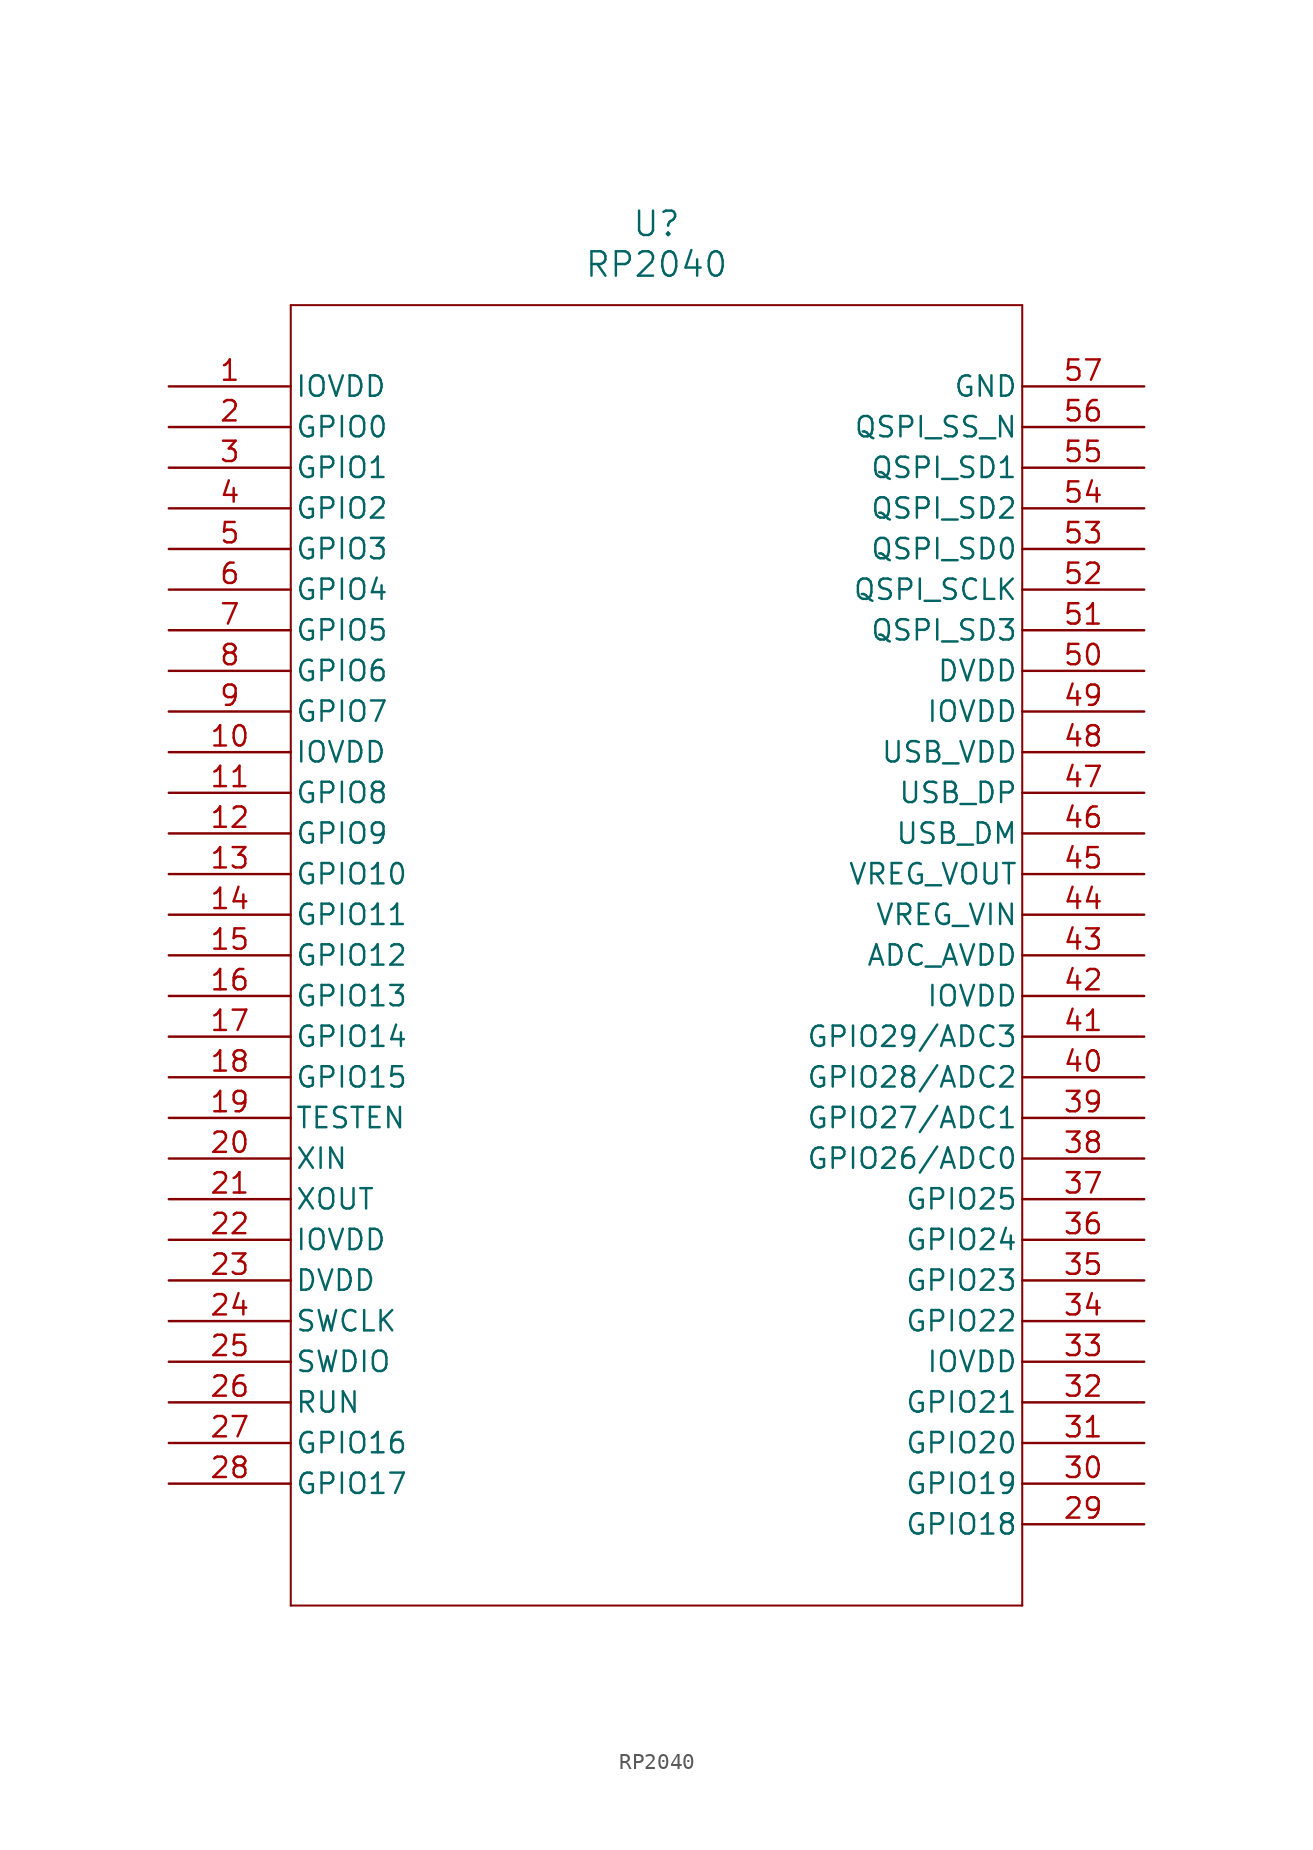
<source format=kicad_sym>
(kicad_symbol_lib
  (version 20211014)
  (generator kicad_symbol_editor)
  (symbol "RP2040"
    (pin_names
      (offset 0.254))
    (property "Reference" "U"
      (at 30.48 10.16 0)
      (effects (font (size 1.524 1.524))))
    (property "Value" "RP2040"
      (at 30.48 7.62 0)
      (effects (font (size 1.524 1.524))))
    (symbol "RP2040_0_1"
      (polyline (pts (xy 7.62 5.08) (xy 7.62 -76.2)) (stroke (width 0.127) (type default) (color 0 0 0 0)) (fill (type none)))
      (polyline (pts (xy 7.62 -76.2) (xy 53.34 -76.2)) (stroke (width 0.127) (type default) (color 0 0 0 0)) (fill (type none)))
      (polyline (pts (xy 53.34 -76.2) (xy 53.34 5.08)) (stroke (width 0.127) (type default) (color 0 0 0 0)) (fill (type none)))
      (polyline (pts (xy 53.34 5.08) (xy 7.62 5.08)) (stroke (width 0.127) (type default) (color 0 0 0 0)) (fill (type none)))
      (pin power_in line (at 0 0 0) (length 7.62) (name "IOVDD" (effects (font (size 1.27 1.27)))) (number "1" (effects (font (size 1.27 1.27)))))
      (pin bidirectional line (at 0 -2.54 0) (length 7.62) (name "GPIO0" (effects (font (size 1.27 1.27)))) (number "2" (effects (font (size 1.27 1.27)))))
      (pin bidirectional line (at 0 -5.08 0) (length 7.62) (name "GPIO1" (effects (font (size 1.27 1.27)))) (number "3" (effects (font (size 1.27 1.27)))))
      (pin bidirectional line (at 0 -7.62 0) (length 7.62) (name "GPIO2" (effects (font (size 1.27 1.27)))) (number "4" (effects (font (size 1.27 1.27)))))
      (pin bidirectional line (at 0 -10.16 0) (length 7.62) (name "GPIO3" (effects (font (size 1.27 1.27)))) (number "5" (effects (font (size 1.27 1.27)))))
      (pin bidirectional line (at 0 -12.7 0) (length 7.62) (name "GPIO4" (effects (font (size 1.27 1.27)))) (number "6" (effects (font (size 1.27 1.27)))))
      (pin bidirectional line (at 0 -15.24 0) (length 7.62) (name "GPIO5" (effects (font (size 1.27 1.27)))) (number "7" (effects (font (size 1.27 1.27)))))
      (pin bidirectional line (at 0 -17.78 0) (length 7.62) (name "GPIO6" (effects (font (size 1.27 1.27)))) (number "8" (effects (font (size 1.27 1.27)))))
      (pin bidirectional line (at 0 -20.32 0) (length 7.62) (name "GPIO7" (effects (font (size 1.27 1.27)))) (number "9" (effects (font (size 1.27 1.27)))))
      (pin power_in line (at 0 -22.86 0) (length 7.62) (name "IOVDD" (effects (font (size 1.27 1.27)))) (number "10" (effects (font (size 1.27 1.27)))))
      (pin bidirectional line (at 0 -25.4 0) (length 7.62) (name "GPIO8" (effects (font (size 1.27 1.27)))) (number "11" (effects (font (size 1.27 1.27)))))
      (pin bidirectional line (at 0 -27.94 0) (length 7.62) (name "GPIO9" (effects (font (size 1.27 1.27)))) (number "12" (effects (font (size 1.27 1.27)))))
      (pin bidirectional line (at 0 -30.48 0) (length 7.62) (name "GPIO10" (effects (font (size 1.27 1.27)))) (number "13" (effects (font (size 1.27 1.27)))))
      (pin bidirectional line (at 0 -33.02 0) (length 7.62) (name "GPIO11" (effects (font (size 1.27 1.27)))) (number "14" (effects (font (size 1.27 1.27)))))
      (pin bidirectional line (at 0 -35.56 0) (length 7.62) (name "GPIO12" (effects (font (size 1.27 1.27)))) (number "15" (effects (font (size 1.27 1.27)))))
      (pin bidirectional line (at 0 -38.1 0) (length 7.62) (name "GPIO13" (effects (font (size 1.27 1.27)))) (number "16" (effects (font (size 1.27 1.27)))))
      (pin bidirectional line (at 0 -40.64 0) (length 7.62) (name "GPIO14" (effects (font (size 1.27 1.27)))) (number "17" (effects (font (size 1.27 1.27)))))
      (pin bidirectional line (at 0 -43.18 0) (length 7.62) (name "GPIO15" (effects (font (size 1.27 1.27)))) (number "18" (effects (font (size 1.27 1.27)))))
      (pin unspecified line (at 0 -45.72 0) (length 7.62) (name "TESTEN" (effects (font (size 1.27 1.27)))) (number "19" (effects (font (size 1.27 1.27)))))
      (pin unspecified line (at 0 -48.26 0) (length 7.62) (name "XIN" (effects (font (size 1.27 1.27)))) (number "20" (effects (font (size 1.27 1.27)))))
      (pin output line (at 0 -50.8 0) (length 7.62) (name "XOUT" (effects (font (size 1.27 1.27)))) (number "21" (effects (font (size 1.27 1.27)))))
      (pin power_in line (at 0 -53.34 0) (length 7.62) (name "IOVDD" (effects (font (size 1.27 1.27)))) (number "22" (effects (font (size 1.27 1.27)))))
      (pin power_in line (at 0 -55.88 0) (length 7.62) (name "DVDD" (effects (font (size 1.27 1.27)))) (number "23" (effects (font (size 1.27 1.27)))))
      (pin unspecified line (at 0 -58.42 0) (length 7.62) (name "SWCLK" (effects (font (size 1.27 1.27)))) (number "24" (effects (font (size 1.27 1.27)))))
      (pin unspecified line (at 0 -60.96 0) (length 7.62) (name "SWDIO" (effects (font (size 1.27 1.27)))) (number "25" (effects (font (size 1.27 1.27)))))
      (pin unspecified line (at 0 -63.5 0) (length 7.62) (name "RUN" (effects (font (size 1.27 1.27)))) (number "26" (effects (font (size 1.27 1.27)))))
      (pin bidirectional line (at 0 -66.04 0) (length 7.62) (name "GPIO16" (effects (font (size 1.27 1.27)))) (number "27" (effects (font (size 1.27 1.27)))))
      (pin bidirectional line (at 0 -68.58 0) (length 7.62) (name "GPIO17" (effects (font (size 1.27 1.27)))) (number "28" (effects (font (size 1.27 1.27)))))
      (pin bidirectional line (at 60.96 -71.12 180) (length 7.62) (name "GPIO18" (effects (font (size 1.27 1.27)))) (number "29" (effects (font (size 1.27 1.27)))))
      (pin bidirectional line (at 60.96 -68.58 180) (length 7.62) (name "GPIO19" (effects (font (size 1.27 1.27)))) (number "30" (effects (font (size 1.27 1.27)))))
      (pin bidirectional line (at 60.96 -66.04 180) (length 7.62) (name "GPIO20" (effects (font (size 1.27 1.27)))) (number "31" (effects (font (size 1.27 1.27)))))
      (pin bidirectional line (at 60.96 -63.5 180) (length 7.62) (name "GPIO21" (effects (font (size 1.27 1.27)))) (number "32" (effects (font (size 1.27 1.27)))))
      (pin power_in line (at 60.96 -60.96 180) (length 7.62) (name "IOVDD" (effects (font (size 1.27 1.27)))) (number "33" (effects (font (size 1.27 1.27)))))
      (pin bidirectional line (at 60.96 -58.42 180) (length 7.62) (name "GPIO22" (effects (font (size 1.27 1.27)))) (number "34" (effects (font (size 1.27 1.27)))))
      (pin bidirectional line (at 60.96 -55.88 180) (length 7.62) (name "GPIO23" (effects (font (size 1.27 1.27)))) (number "35" (effects (font (size 1.27 1.27)))))
      (pin bidirectional line (at 60.96 -53.34 180) (length 7.62) (name "GPIO24" (effects (font (size 1.27 1.27)))) (number "36" (effects (font (size 1.27 1.27)))))
      (pin bidirectional line (at 60.96 -50.8 180) (length 7.62) (name "GPIO25" (effects (font (size 1.27 1.27)))) (number "37" (effects (font (size 1.27 1.27)))))
      (pin bidirectional line (at 60.96 -48.26 180) (length 7.62) (name "GPIO26/ADC0" (effects (font (size 1.27 1.27)))) (number "38" (effects (font (size 1.27 1.27)))))
      (pin bidirectional line (at 60.96 -45.72 180) (length 7.62) (name "GPIO27/ADC1" (effects (font (size 1.27 1.27)))) (number "39" (effects (font (size 1.27 1.27)))))
      (pin bidirectional line (at 60.96 -43.18 180) (length 7.62) (name "GPIO28/ADC2" (effects (font (size 1.27 1.27)))) (number "40" (effects (font (size 1.27 1.27)))))
      (pin bidirectional line (at 60.96 -40.64 180) (length 7.62) (name "GPIO29/ADC3" (effects (font (size 1.27 1.27)))) (number "41" (effects (font (size 1.27 1.27)))))
      (pin power_in line (at 60.96 -38.1 180) (length 7.62) (name "IOVDD" (effects (font (size 1.27 1.27)))) (number "42" (effects (font (size 1.27 1.27)))))
      (pin power_in line (at 60.96 -35.56 180) (length 7.62) (name "ADC_AVDD" (effects (font (size 1.27 1.27)))) (number "43" (effects (font (size 1.27 1.27)))))
      (pin unspecified line (at 60.96 -33.02 180) (length 7.62) (name "VREG_VIN" (effects (font (size 1.27 1.27)))) (number "44" (effects (font (size 1.27 1.27)))))
      (pin output line (at 60.96 -30.48 180) (length 7.62) (name "VREG_VOUT" (effects (font (size 1.27 1.27)))) (number "45" (effects (font (size 1.27 1.27)))))
      (pin unspecified line (at 60.96 -27.94 180) (length 7.62) (name "USB_DM" (effects (font (size 1.27 1.27)))) (number "46" (effects (font (size 1.27 1.27)))))
      (pin unspecified line (at 60.96 -25.4 180) (length 7.62) (name "USB_DP" (effects (font (size 1.27 1.27)))) (number "47" (effects (font (size 1.27 1.27)))))
      (pin power_in line (at 60.96 -22.86 180) (length 7.62) (name "USB_VDD" (effects (font (size 1.27 1.27)))) (number "48" (effects (font (size 1.27 1.27)))))
      (pin power_in line (at 60.96 -20.32 180) (length 7.62) (name "IOVDD" (effects (font (size 1.27 1.27)))) (number "49" (effects (font (size 1.27 1.27)))))
      (pin power_in line (at 60.96 -17.78 180) (length 7.62) (name "DVDD" (effects (font (size 1.27 1.27)))) (number "50" (effects (font (size 1.27 1.27)))))
      (pin bidirectional line (at 60.96 -15.24 180) (length 7.62) (name "QSPI_SD3" (effects (font (size 1.27 1.27)))) (number "51" (effects (font (size 1.27 1.27)))))
      (pin unspecified line (at 60.96 -12.7 180) (length 7.62) (name "QSPI_SCLK" (effects (font (size 1.27 1.27)))) (number "52" (effects (font (size 1.27 1.27)))))
      (pin bidirectional line (at 60.96 -10.16 180) (length 7.62) (name "QSPI_SD0" (effects (font (size 1.27 1.27)))) (number "53" (effects (font (size 1.27 1.27)))))
      (pin bidirectional line (at 60.96 -7.62 180) (length 7.62) (name "QSPI_SD2" (effects (font (size 1.27 1.27)))) (number "54" (effects (font (size 1.27 1.27)))))
      (pin bidirectional line (at 60.96 -5.08 180) (length 7.62) (name "QSPI_SD1" (effects (font (size 1.27 1.27)))) (number "55" (effects (font (size 1.27 1.27)))))
      (pin unspecified line (at 60.96 -2.54 180) (length 7.62) (name "QSPI_SS_N" (effects (font (size 1.27 1.27)))) (number "56" (effects (font (size 1.27 1.27)))))
      (pin power_out line (at 60.96 0 180) (length 7.62) (name "GND" (effects (font (size 1.27 1.27)))) (number "57" (effects (font (size 1.27 1.27))))))))
</source>
